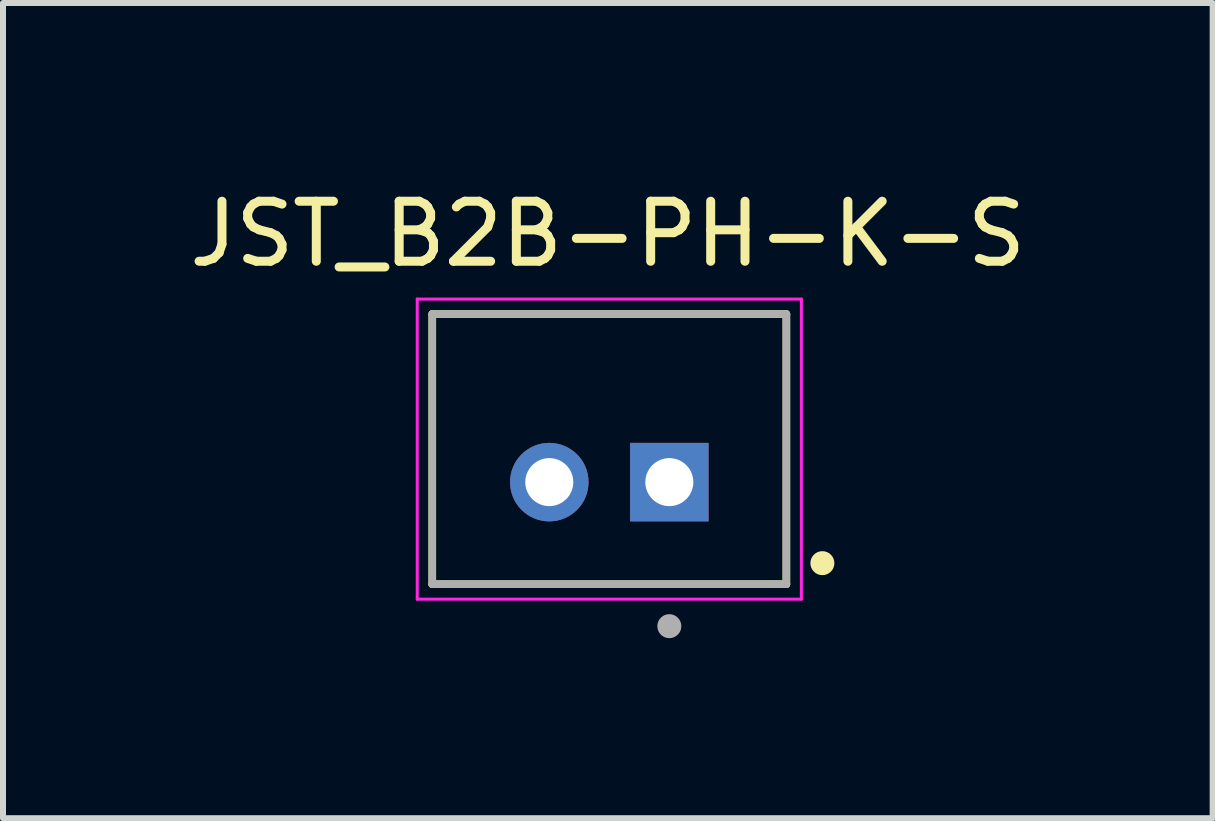
<source format=kicad_pcb>
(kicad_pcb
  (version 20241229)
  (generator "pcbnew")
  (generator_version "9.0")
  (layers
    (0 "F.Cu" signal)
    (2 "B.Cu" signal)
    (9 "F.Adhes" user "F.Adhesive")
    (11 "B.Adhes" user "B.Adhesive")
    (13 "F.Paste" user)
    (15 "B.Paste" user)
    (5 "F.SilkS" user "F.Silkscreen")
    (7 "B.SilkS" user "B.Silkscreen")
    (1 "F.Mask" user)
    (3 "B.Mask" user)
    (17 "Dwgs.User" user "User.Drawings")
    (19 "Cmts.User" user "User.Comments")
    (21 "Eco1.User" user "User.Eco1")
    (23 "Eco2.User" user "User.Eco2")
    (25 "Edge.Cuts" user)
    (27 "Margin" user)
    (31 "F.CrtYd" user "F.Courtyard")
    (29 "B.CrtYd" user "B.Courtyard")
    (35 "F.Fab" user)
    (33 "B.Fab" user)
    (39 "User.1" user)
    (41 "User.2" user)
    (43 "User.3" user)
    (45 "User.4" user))
  (footprint "JST_B2B-PH-K-S"
    (layer "F.Cu")
    (at 7.102 4.433)
    (property "Reference" "JST_B2B-PH-K-S" (at -0.025 -3.585 0) (layer "F.SilkS") (effects (font (size 1 1) (thickness 0.15))))
    (attr through_hole)
    (fp_line (start -2.95 -2.25) (end 2.95 -2.25) (stroke (width 0.127) (type solid)) (layer "F.SilkS"))
    (fp_line (start -2.95 2.25) (end -2.95 -2.25) (stroke (width 0.127) (type solid)) (layer "F.SilkS"))
    (fp_line (start 2.95 -2.25) (end 2.95 2.25) (stroke (width 0.127) (type solid)) (layer "F.SilkS"))
    (fp_line (start 2.95 2.25) (end -2.95 2.25) (stroke (width 0.127) (type solid)) (layer "F.SilkS"))
    (fp_circle (center 3.55 1.9) (end 3.65 1.9) (stroke (width 0.2) (type solid)) (fill no) (layer "F.SilkS"))
    (fp_line (start -3.2 -2.5) (end 3.2 -2.5) (stroke (width 0.05) (type solid)) (layer "F.CrtYd"))
    (fp_line (start -3.2 2.5) (end -3.2 -2.5) (stroke (width 0.05) (type solid)) (layer "F.CrtYd"))
    (fp_line (start 3.2 -2.5) (end 3.2 2.5) (stroke (width 0.05) (type solid)) (layer "F.CrtYd"))
    (fp_line (start 3.2 2.5) (end -3.2 2.5) (stroke (width 0.05) (type solid)) (layer "F.CrtYd"))
    (fp_line (start -2.95 -2.25) (end 2.95 -2.25) (stroke (width 0.127) (type solid)) (layer "F.Fab"))
    (fp_line (start -2.95 2.25) (end -2.95 -2.25) (stroke (width 0.127) (type solid)) (layer "F.Fab"))
    (fp_line (start 2.95 -2.25) (end 2.95 2.25) (stroke (width 0.127) (type solid)) (layer "F.Fab"))
    (fp_line (start 2.95 2.25) (end -2.95 2.25) (stroke (width 0.127) (type solid)) (layer "F.Fab"))
    (fp_circle (center 1 2.95) (end 1.1 2.95) (stroke (width 0.2) (type solid)) (fill no) (layer "F.Fab"))
    (pad "1" thru_hole rect (at 1 0.55) (size 1.308 1.308) (drill 0.8) (layers "*.Cu" "*.Mask"))
    (pad "2" thru_hole circle (at -1 0.55) (size 1.308 1.308) (drill 0.8) (layers "*.Cu" "*.Mask")))
  (gr_rect
    (start -3 -3)
    (end 17.155 10.583)
    (stroke (width 0.1) (type default))
    (fill no)
    (layer "Edge.Cuts")))
</source>
